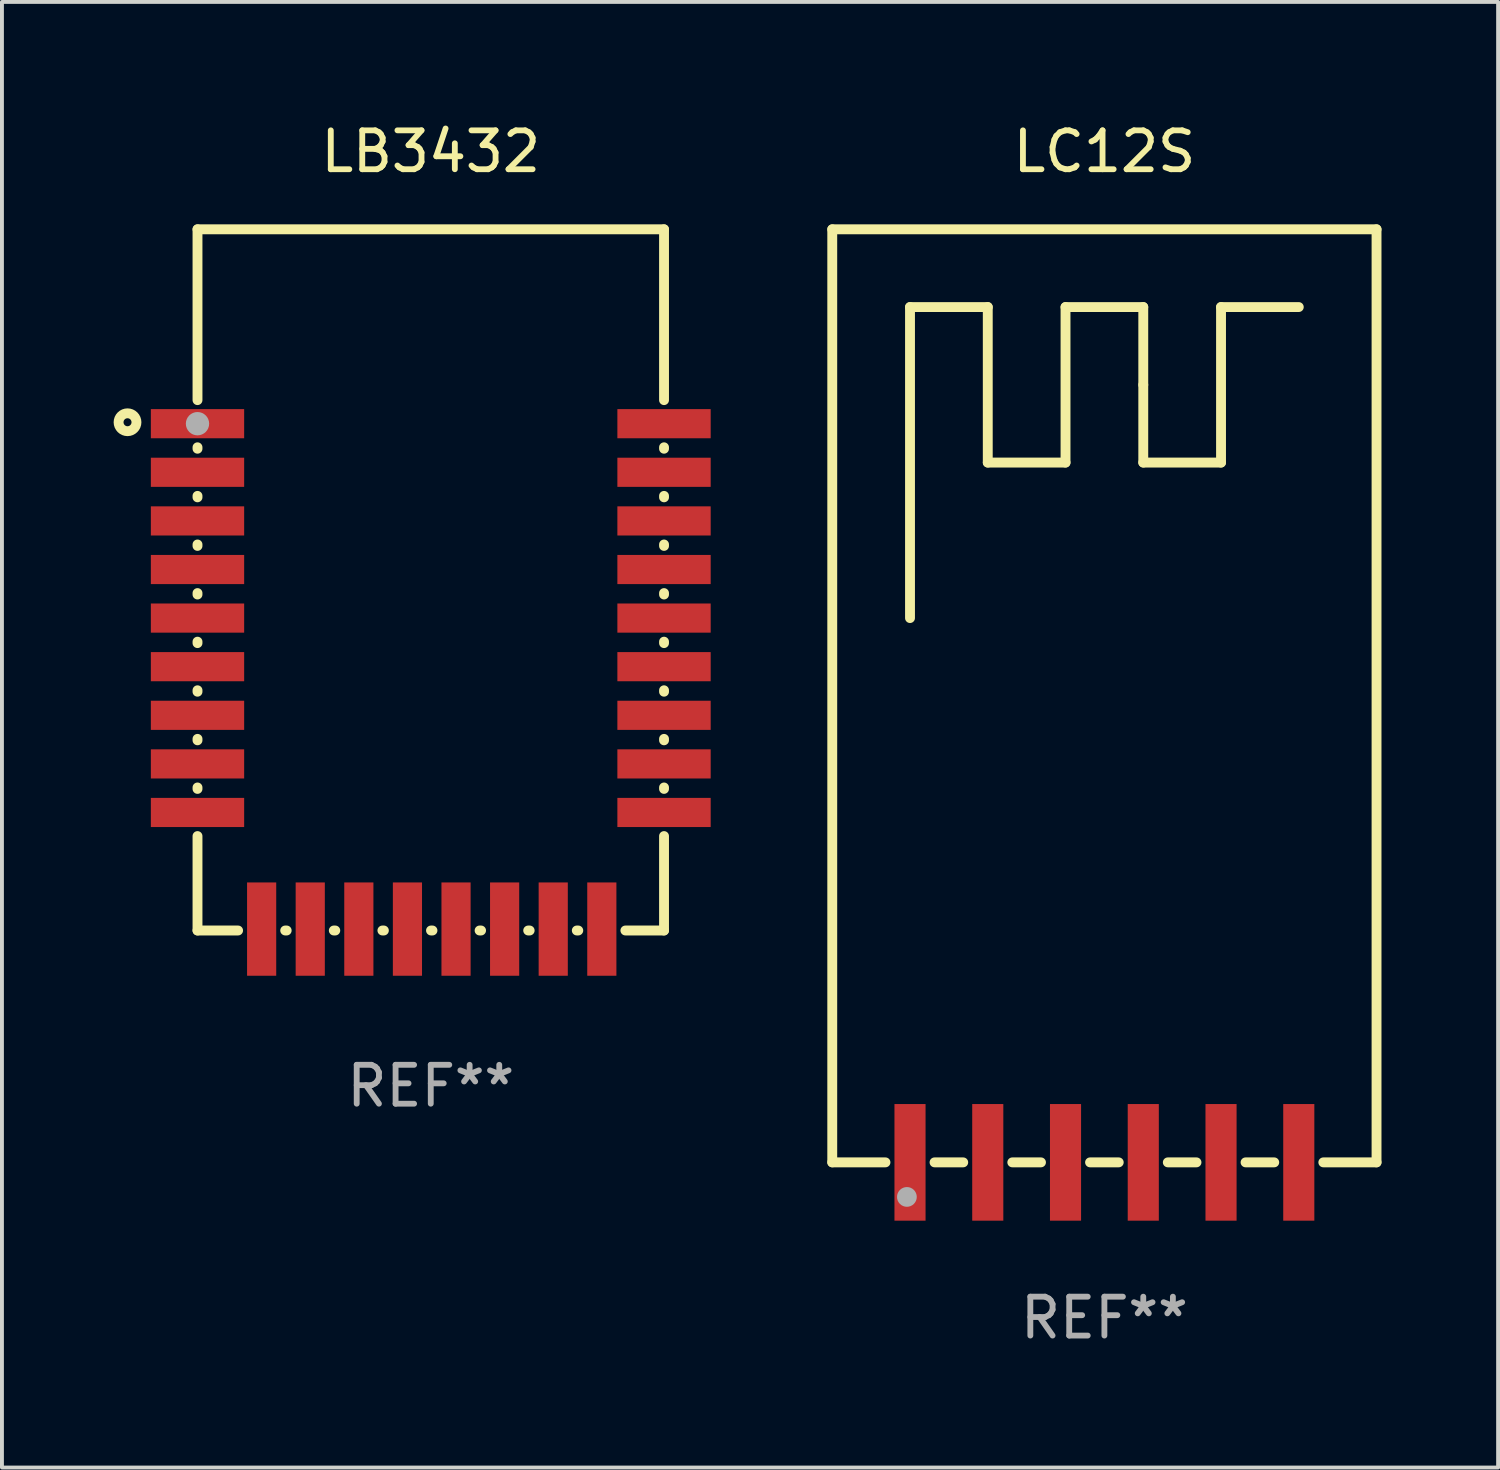
<source format=kicad_pcb>
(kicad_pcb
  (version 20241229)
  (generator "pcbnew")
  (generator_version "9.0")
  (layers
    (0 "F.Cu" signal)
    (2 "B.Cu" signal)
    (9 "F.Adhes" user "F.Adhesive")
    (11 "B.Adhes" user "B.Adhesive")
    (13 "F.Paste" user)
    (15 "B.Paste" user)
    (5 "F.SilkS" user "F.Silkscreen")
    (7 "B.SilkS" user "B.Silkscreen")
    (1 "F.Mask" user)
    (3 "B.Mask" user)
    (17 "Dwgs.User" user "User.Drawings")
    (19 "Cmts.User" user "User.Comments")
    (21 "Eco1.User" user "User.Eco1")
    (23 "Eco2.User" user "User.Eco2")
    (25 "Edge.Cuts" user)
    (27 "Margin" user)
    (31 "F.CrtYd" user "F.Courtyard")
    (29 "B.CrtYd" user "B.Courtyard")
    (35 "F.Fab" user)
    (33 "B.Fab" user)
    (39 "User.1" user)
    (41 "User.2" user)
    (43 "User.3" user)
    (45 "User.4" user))
  (footprint "LB3432"
    (layer "F.Cu")
    (at 8.03 11.866)
    (property "Reference" "LB3432" (at 0 -11.018 0) (layer "F.SilkS") (effects (font (size 1 1) (thickness 0.15))))
    (attr through_hole)
    (fp_line (start -6 -9.018) (end -6 -4.624) (stroke (width 0.254) (type solid)) (layer "F.SilkS"))
    (fp_line (start -6 -9.018) (end 6 -9.018) (stroke (width 0.254) (type solid)) (layer "F.SilkS"))
    (fp_line (start -6 -3.411) (end -6 -3.374) (stroke (width 0.254) (type solid)) (layer "F.SilkS"))
    (fp_line (start -6 -2.161) (end -6 -2.124) (stroke (width 0.254) (type solid)) (layer "F.SilkS"))
    (fp_line (start -6 -0.911) (end -6 -0.874) (stroke (width 0.254) (type solid)) (layer "F.SilkS"))
    (fp_line (start -6 0.339) (end -6 0.376) (stroke (width 0.254) (type solid)) (layer "F.SilkS"))
    (fp_line (start -6 1.589) (end -6 1.626) (stroke (width 0.254) (type solid)) (layer "F.SilkS"))
    (fp_line (start -6 2.839) (end -6 2.876) (stroke (width 0.254) (type solid)) (layer "F.SilkS"))
    (fp_line (start -6 4.089) (end -6 4.126) (stroke (width 0.254) (type solid)) (layer "F.SilkS"))
    (fp_line (start -6 5.339) (end -6 5.376) (stroke (width 0.254) (type solid)) (layer "F.SilkS"))
    (fp_line (start -6 6.589) (end -6 9.018) (stroke (width 0.254) (type solid)) (layer "F.SilkS"))
    (fp_line (start -6 9.018) (end -4.956 9.018) (stroke (width 0.254) (type solid)) (layer "F.SilkS"))
    (fp_line (start -3.744 9.018) (end -3.706 9.018) (stroke (width 0.254) (type solid)) (layer "F.SilkS"))
    (fp_line (start -2.494 9.018) (end -2.456 9.018) (stroke (width 0.254) (type solid)) (layer "F.SilkS"))
    (fp_line (start -1.244 9.018) (end -1.206 9.018) (stroke (width 0.254) (type solid)) (layer "F.SilkS"))
    (fp_line (start 0.006 9.018) (end 0.044 9.018) (stroke (width 0.254) (type solid)) (layer "F.SilkS"))
    (fp_line (start 1.256 9.018) (end 1.294 9.018) (stroke (width 0.254) (type solid)) (layer "F.SilkS"))
    (fp_line (start 2.506 9.018) (end 2.544 9.018) (stroke (width 0.254) (type solid)) (layer "F.SilkS"))
    (fp_line (start 3.756 9.018) (end 3.794 9.018) (stroke (width 0.254) (type solid)) (layer "F.SilkS"))
    (fp_line (start 5.006 9.018) (end 6 9.018) (stroke (width 0.254) (type solid)) (layer "F.SilkS"))
    (fp_line (start 6 -9.018) (end 6 -4.624) (stroke (width 0.254) (type solid)) (layer "F.SilkS"))
    (fp_line (start 6 -3.411) (end 6 -3.374) (stroke (width 0.254) (type solid)) (layer "F.SilkS"))
    (fp_line (start 6 -2.161) (end 6 -2.124) (stroke (width 0.254) (type solid)) (layer "F.SilkS"))
    (fp_line (start 6 -0.911) (end 6 -0.874) (stroke (width 0.254) (type solid)) (layer "F.SilkS"))
    (fp_line (start 6 0.339) (end 6 0.376) (stroke (width 0.254) (type solid)) (layer "F.SilkS"))
    (fp_line (start 6 1.589) (end 6 1.626) (stroke (width 0.254) (type solid)) (layer "F.SilkS"))
    (fp_line (start 6 2.839) (end 6 2.876) (stroke (width 0.254) (type solid)) (layer "F.SilkS"))
    (fp_line (start 6 4.089) (end 6 4.126) (stroke (width 0.254) (type solid)) (layer "F.SilkS"))
    (fp_line (start 6 5.339) (end 6 5.376) (stroke (width 0.254) (type solid)) (layer "F.SilkS"))
    (fp_line (start 6 6.589) (end 6 9.018) (stroke (width 0.254) (type solid)) (layer "F.SilkS"))
    (fp_circle (center -7.8 -4.055) (end -7.697 -4.055) (stroke (width 0.254) (type solid)) (fill no) (layer "F.SilkS"))
    (fp_circle (center -6 -9.018) (end -5.97 -9.018) (stroke (width 0.06) (type solid)) (fill no) (layer "F.SilkS"))
    (fp_circle (center -6 -4.018) (end -5.85 -4.018) (stroke (width 0.3) (type solid)) (fill no) (layer "F.Fab"))
    (fp_text user "REF**" (at 0 13.018 0) (layer "F.Fab") (effects (font (size 1 1) (thickness 0.15))))
    (pad "1" smd rect (at -6 -4.018 270) (size 0.75 2.4) (layers "F.Cu" "F.Mask" "F.Paste"))
    (pad "2" smd rect (at -6 -2.768 270) (size 0.75 2.4) (layers "F.Cu" "F.Mask" "F.Paste"))
    (pad "3" smd rect (at -6 -1.517 270) (size 0.75 2.4) (layers "F.Cu" "F.Mask" "F.Paste"))
    (pad "4" smd rect (at -6 -0.267 270) (size 0.75 2.4) (layers "F.Cu" "F.Mask" "F.Paste"))
    (pad "5" smd rect (at -6 0.982 270) (size 0.75 2.4) (layers "F.Cu" "F.Mask" "F.Paste"))
    (pad "6" smd rect (at -6 2.232 270) (size 0.75 2.4) (layers "F.Cu" "F.Mask" "F.Paste"))
    (pad "7" smd rect (at -6 3.483 270) (size 0.75 2.4) (layers "F.Cu" "F.Mask" "F.Paste"))
    (pad "8" smd rect (at -6 4.733 90) (size 0.75 2.4) (layers "F.Cu" "F.Mask" "F.Paste"))
    (pad "9" smd rect (at -6 5.982 90) (size 0.75 2.4) (layers "F.Cu" "F.Mask" "F.Paste"))
    (pad "10" smd rect (at -4.35 8.982 180) (size 0.75 2.4) (layers "F.Cu" "F.Mask" "F.Paste"))
    (pad "11" smd rect (at -3.1 8.982 180) (size 0.75 2.4) (layers "F.Cu" "F.Mask" "F.Paste"))
    (pad "12" smd rect (at -1.85 8.982) (size 0.75 2.4) (layers "F.Cu" "F.Mask" "F.Paste"))
    (pad "13" smd rect (at -0.6 8.982) (size 0.75 2.4) (layers "F.Cu" "F.Mask" "F.Paste"))
    (pad "14" smd rect (at 0.65 8.982) (size 0.75 2.4) (layers "F.Cu" "F.Mask" "F.Paste"))
    (pad "15" smd rect (at 1.9 8.982 180) (size 0.75 2.4) (layers "F.Cu" "F.Mask" "F.Paste"))
    (pad "16" smd rect (at 3.15 8.982 180) (size 0.75 2.4) (layers "F.Cu" "F.Mask" "F.Paste"))
    (pad "17" smd rect (at 4.4 8.982 180) (size 0.75 2.4) (layers "F.Cu" "F.Mask" "F.Paste"))
    (pad "18" smd rect (at 6 5.982 90) (size 0.75 2.4) (layers "F.Cu" "F.Mask" "F.Paste"))
    (pad "19" smd rect (at 6 4.733 90) (size 0.75 2.4) (layers "F.Cu" "F.Mask" "F.Paste"))
    (pad "20" smd rect (at 6 3.483 90) (size 0.75 2.4) (layers "F.Cu" "F.Mask" "F.Paste"))
    (pad "21" smd rect (at 6 2.232 90) (size 0.75 2.4) (layers "F.Cu" "F.Mask" "F.Paste"))
    (pad "22" smd rect (at 6 0.982 90) (size 0.75 2.4) (layers "F.Cu" "F.Mask" "F.Paste"))
    (pad "23" smd rect (at 6 -0.267 90) (size 0.75 2.4) (layers "F.Cu" "F.Mask" "F.Paste"))
    (pad "24" smd rect (at 6 -1.517 90) (size 0.75 2.4) (layers "F.Cu" "F.Mask" "F.Paste"))
    (pad "25" smd rect (at 6 -2.768 90) (size 0.75 2.4) (layers "F.Cu" "F.Mask" "F.Paste"))
    (pad "26" smd rect (at 6 -4.018 90) (size 0.75 2.4) (layers "F.Cu" "F.Mask" "F.Paste")))
  (footprint "LC12S"
    (layer "F.Cu")
    (at 25.357 14.848)
    (property "Reference" "LC12S" (at 0 -14 0) (layer "F.SilkS") (effects (font (size 1 1) (thickness 0.15))))
    (attr through_hole)
    (fp_line (start -7 -12) (end 7 -12) (stroke (width 0.254) (type solid)) (layer "F.SilkS"))
    (fp_line (start -7 12) (end -7 -12) (stroke (width 0.254) (type solid)) (layer "F.SilkS"))
    (fp_line (start -7 12) (end -5.631 12) (stroke (width 0.254) (type solid)) (layer "F.SilkS"))
    (fp_line (start -5 -10) (end -3 -10) (stroke (width 0.254) (type solid)) (layer "F.SilkS"))
    (fp_line (start -5 -2) (end -5 -10) (stroke (width 0.254) (type solid)) (layer "F.SilkS"))
    (fp_line (start -4.369 12) (end -3.631 12) (stroke (width 0.254) (type solid)) (layer "F.SilkS"))
    (fp_line (start -3 -10) (end -3 -6) (stroke (width 0.254) (type solid)) (layer "F.SilkS"))
    (fp_line (start -3 -6) (end -1 -6) (stroke (width 0.254) (type solid)) (layer "F.SilkS"))
    (fp_line (start -2.369 12) (end -1.631 12) (stroke (width 0.254) (type solid)) (layer "F.SilkS"))
    (fp_line (start -1 -10) (end 1 -10) (stroke (width 0.254) (type solid)) (layer "F.SilkS"))
    (fp_line (start -1 -6) (end -1 -10) (stroke (width 0.254) (type solid)) (layer "F.SilkS"))
    (fp_line (start -0.369 12) (end 0.369 12) (stroke (width 0.254) (type solid)) (layer "F.SilkS"))
    (fp_line (start 1 -10) (end 1 -8) (stroke (width 0.254) (type solid)) (layer "F.SilkS"))
    (fp_line (start 1 -8) (end 1 -6) (stroke (width 0.254) (type solid)) (layer "F.SilkS"))
    (fp_line (start 1 -6) (end 3 -6) (stroke (width 0.254) (type solid)) (layer "F.SilkS"))
    (fp_line (start 1.631 12) (end 2.369 12) (stroke (width 0.254) (type solid)) (layer "F.SilkS"))
    (fp_line (start 3 -10) (end 5 -10) (stroke (width 0.254) (type solid)) (layer "F.SilkS"))
    (fp_line (start 3 -6) (end 3 -10) (stroke (width 0.254) (type solid)) (layer "F.SilkS"))
    (fp_line (start 3.631 12) (end 4.369 12) (stroke (width 0.254) (type solid)) (layer "F.SilkS"))
    (fp_line (start 5.631 12) (end 7 12) (stroke (width 0.254) (type solid)) (layer "F.SilkS"))
    (fp_line (start 7 -12) (end 7 12) (stroke (width 0.254) (type solid)) (layer "F.SilkS"))
    (fp_circle (center -6.985 12.01) (end -6.955 12.01) (stroke (width 0.06) (type solid)) (fill no) (layer "F.SilkS"))
    (fp_circle (center -5.08 12.889) (end -4.953 12.889) (stroke (width 0.254) (type solid)) (fill no) (layer "F.Fab"))
    (fp_text user "REF**" (at 0 16 0) (layer "F.Fab") (effects (font (size 1 1) (thickness 0.15))))
    (pad "1" smd rect (at -5 12 90) (size 3 0.8) (layers "F.Cu" "F.Mask" "F.Paste"))
    (pad "2" smd rect (at -3 12 90) (size 3 0.8) (layers "F.Cu" "F.Mask" "F.Paste"))
    (pad "3" smd rect (at -1 12 90) (size 3 0.8) (layers "F.Cu" "F.Mask" "F.Paste"))
    (pad "4" smd rect (at 1 12 90) (size 3 0.8) (layers "F.Cu" "F.Mask" "F.Paste"))
    (pad "5" smd rect (at 3 12 90) (size 3 0.8) (layers "F.Cu" "F.Mask" "F.Paste"))
    (pad "6" smd rect (at 5 12 90) (size 3 0.8) (layers "F.Cu" "F.Mask" "F.Paste")))
  (gr_rect
    (start -3 -3)
    (end 35.484 34.697)
    (stroke (width 0.1) (type default))
    (fill no)
    (layer "Edge.Cuts")))
</source>
